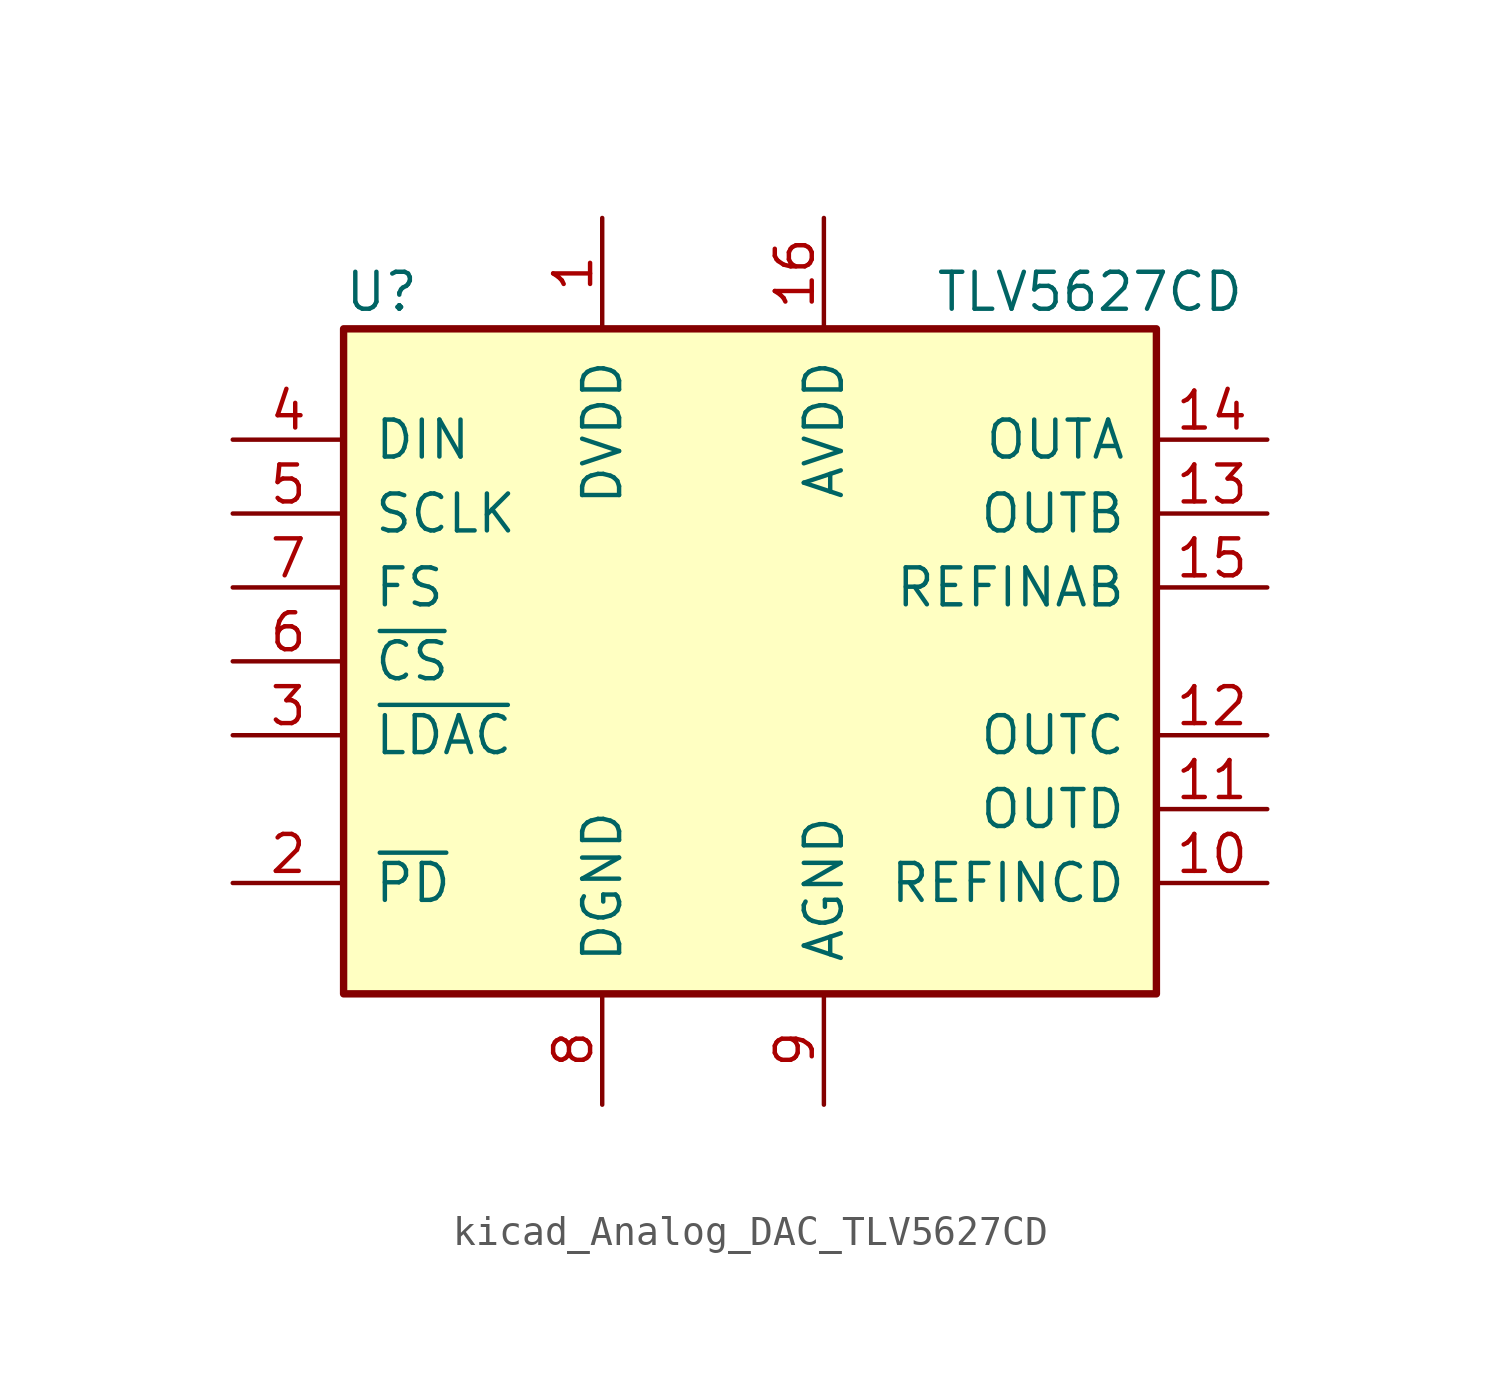
<source format=kicad_sym>
(kicad_symbol_lib
  (version 20220914)
  (generator kicad_symbol_editor)
  (symbol "kicad_Analog_DAC_TLV5627CD"
    (pin_names
      (offset 1.016))
    (property "Reference" "U"
      (at -13.97 12.7 0)
      (effects (font (size 1.27 1.27)) (justify left)))
    (property "Value" "TLV5627CD"
      (at 6.35 12.7 0)
      (effects (font (size 1.27 1.27)) (justify left)))
    (symbol "kicad_Analog_DAC_TLV5627CD_0_1"
      (rectangle (start -13.97 11.43) (end 13.97 -11.43) (stroke (width 0.254) (type default)) (fill (type background))))
    (symbol "kicad_Analog_DAC_TLV5627CD_1_1"
      (pin power_in line (at -5.08 15.24 270) (length 3.81) (name "DVDD" (effects (font (size 1.27 1.27)))) (number "1" (effects (font (size 1.27 1.27)))))
      (pin input line (at 17.78 -7.62 180) (length 3.81) (name "REFINCD" (effects (font (size 1.27 1.27)))) (number "10" (effects (font (size 1.27 1.27)))))
      (pin output line (at 17.78 -5.08 180) (length 3.81) (name "OUTD" (effects (font (size 1.27 1.27)))) (number "11" (effects (font (size 1.27 1.27)))))
      (pin output line (at 17.78 -2.54 180) (length 3.81) (name "OUTC" (effects (font (size 1.27 1.27)))) (number "12" (effects (font (size 1.27 1.27)))))
      (pin output line (at 17.78 5.08 180) (length 3.81) (name "OUTB" (effects (font (size 1.27 1.27)))) (number "13" (effects (font (size 1.27 1.27)))))
      (pin output line (at 17.78 7.62 180) (length 3.81) (name "OUTA" (effects (font (size 1.27 1.27)))) (number "14" (effects (font (size 1.27 1.27)))))
      (pin input line (at 17.78 2.54 180) (length 3.81) (name "REFINAB" (effects (font (size 1.27 1.27)))) (number "15" (effects (font (size 1.27 1.27)))))
      (pin power_in line (at 2.54 15.24 270) (length 3.81) (name "AVDD" (effects (font (size 1.27 1.27)))) (number "16" (effects (font (size 1.27 1.27)))))
      (pin input line (at -17.78 -7.62 0) (length 3.81) (name "~{PD}" (effects (font (size 1.27 1.27)))) (number "2" (effects (font (size 1.27 1.27)))))
      (pin input line (at -17.78 -2.54 0) (length 3.81) (name "~{LDAC}" (effects (font (size 1.27 1.27)))) (number "3" (effects (font (size 1.27 1.27)))))
      (pin input line (at -17.78 7.62 0) (length 3.81) (name "DIN" (effects (font (size 1.27 1.27)))) (number "4" (effects (font (size 1.27 1.27)))))
      (pin input line (at -17.78 5.08 0) (length 3.81) (name "SCLK" (effects (font (size 1.27 1.27)))) (number "5" (effects (font (size 1.27 1.27)))))
      (pin input line (at -17.78 0 0) (length 3.81) (name "~{CS}" (effects (font (size 1.27 1.27)))) (number "6" (effects (font (size 1.27 1.27)))))
      (pin input line (at -17.78 2.54 0) (length 3.81) (name "FS" (effects (font (size 1.27 1.27)))) (number "7" (effects (font (size 1.27 1.27)))))
      (pin power_in line (at -5.08 -15.24 90) (length 3.81) (name "DGND" (effects (font (size 1.27 1.27)))) (number "8" (effects (font (size 1.27 1.27)))))
      (pin power_in line (at 2.54 -15.24 90) (length 3.81) (name "AGND" (effects (font (size 1.27 1.27)))) (number "9" (effects (font (size 1.27 1.27))))))))
</source>
